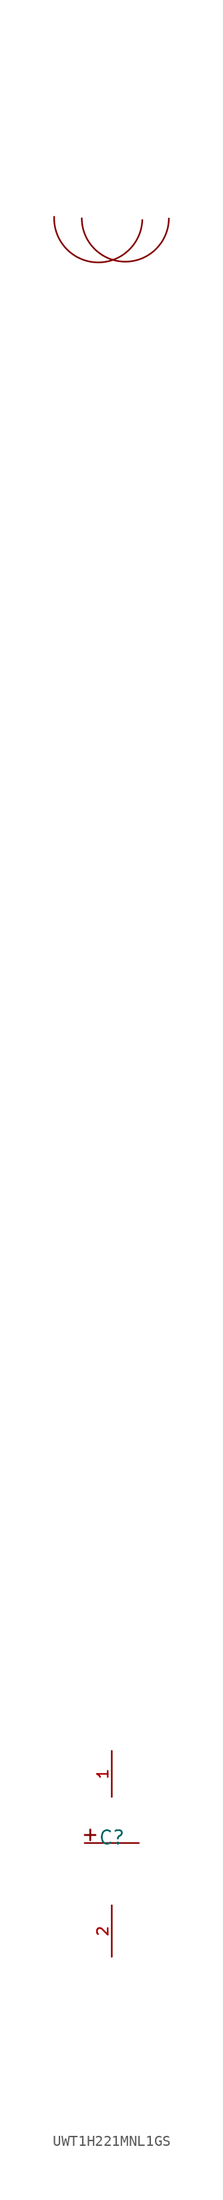
<source format=kicad_sym>
(kicad_symbol_lib
  (version 20210201)
  (generator TousstNicolas/JLC2KiCad_lib)
  (symbol "UWT1H221MNL1GS"
    (pin_names hide)
    (property "Reference" "C"
      (at 0 1.27 0)
      (effects (font (size 1.27 1.27))))
    (symbol "UWT1H221MNL1GS_0_1"
      (pin unspecified line (at 0.0 5.08 90) (length 4.318) (name "1" (effects (font (size 1 1)))) (number "1" (effects (font (size 1 1)))))
      (pin unspecified line (at 0.0 -5.08 270) (length 4.826) (name "2" (effects (font (size 1 1)))) (number "2" (effects (font (size 1 1)))))
      (polyline (pts (xy -2.54 0.762) (xy 2.54 0.762)) (stroke (width 0) (type default) (color 0 0 0 0)) (fill (type none)))
      (arc (start 5.355231055666675 153.02458998320105) (mid 1.2592864525939904 148.95007755495055) (end -2.815225975656514 153.04602215802325) (stroke (width 0) (type default) (color 0 0 0 0)) (fill (type none)))
      (arc (start 2.865311391389729 152.88348074512368) (mid -1.4218278654935625 148.89999213921735) (end -5.405316471399889 153.1871313961006) (stroke (width 0) (type default) (color 0 0 0 0)) (fill (type none)))
      (rectangle (start -2.54 1.524) (end -1.524 1.499) (stroke (width 0) (type default) (color 0 0 0 0)) (fill (type background)))
      (rectangle (start -2.032 2.032) (end -2.007 1.016) (stroke (width 0) (type default) (color 0 0 0 0)) (fill (type background))))))
</source>
